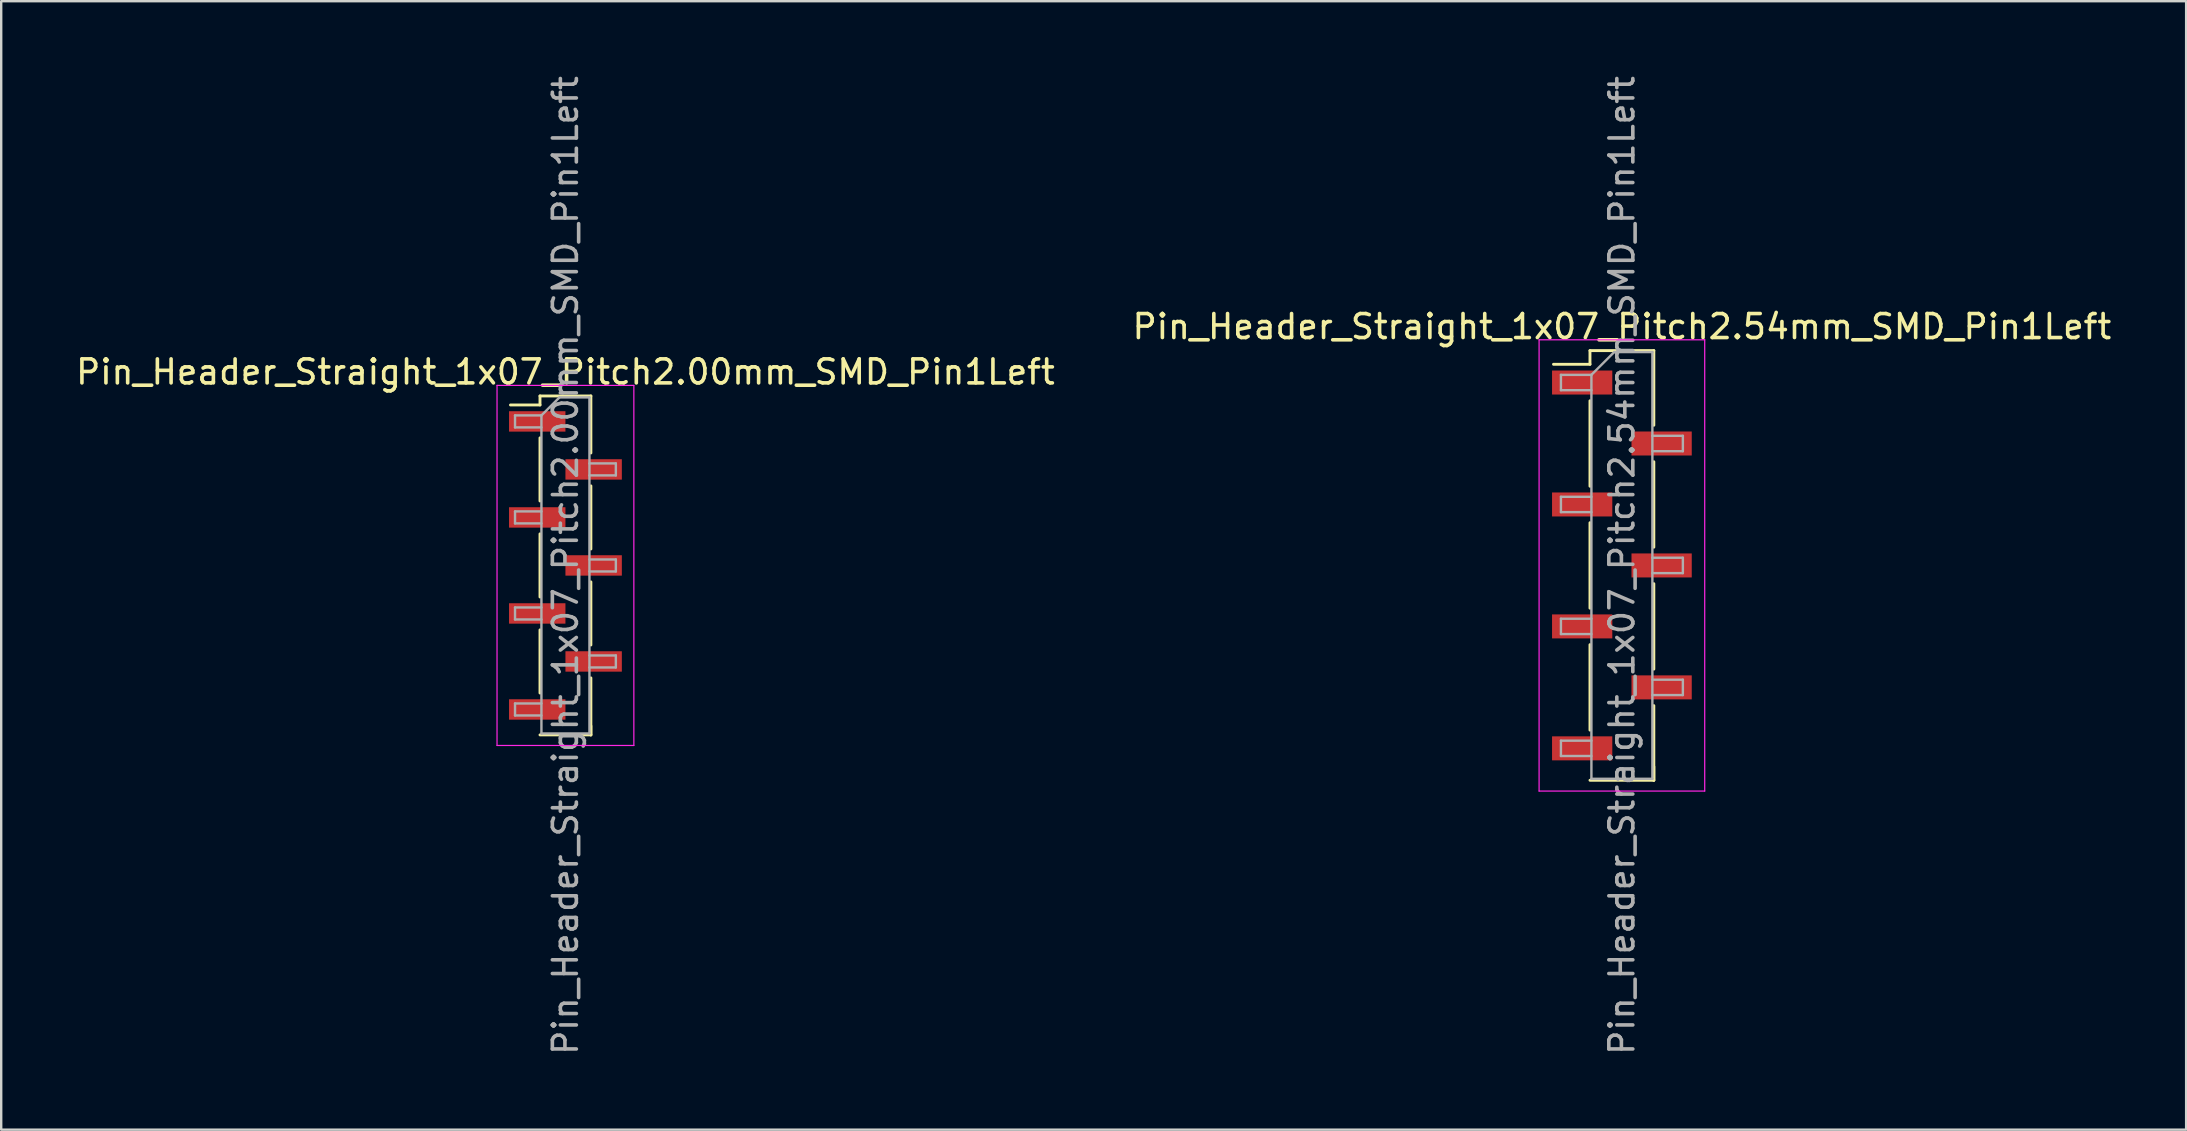
<source format=kicad_pcb>
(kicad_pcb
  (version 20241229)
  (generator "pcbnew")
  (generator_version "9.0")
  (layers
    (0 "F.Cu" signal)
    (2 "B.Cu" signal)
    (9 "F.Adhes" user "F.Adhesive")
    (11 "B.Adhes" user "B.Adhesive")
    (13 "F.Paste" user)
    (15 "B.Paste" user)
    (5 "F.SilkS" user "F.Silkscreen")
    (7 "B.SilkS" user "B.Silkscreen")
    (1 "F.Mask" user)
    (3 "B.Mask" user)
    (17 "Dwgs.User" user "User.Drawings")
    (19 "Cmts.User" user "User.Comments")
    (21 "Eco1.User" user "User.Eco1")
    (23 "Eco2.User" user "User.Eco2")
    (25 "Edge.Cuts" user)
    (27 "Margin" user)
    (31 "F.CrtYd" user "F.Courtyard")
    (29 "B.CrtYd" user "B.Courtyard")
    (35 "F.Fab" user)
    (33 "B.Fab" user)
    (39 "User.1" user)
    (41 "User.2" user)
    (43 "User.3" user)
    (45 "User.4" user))
  (footprint "Pin_Header_Straight_1x07_Pitch2.00mm_SMD_Pin1Left"
    (layer "F.Cu")
    (at 20.506 20.506)
    (property "Reference" "Pin_Header_Straight_1x07_Pitch2.00mm_SMD_Pin1Left" (at 0 -8.06 0) (layer "F.SilkS") (effects (font (size 1 1) (thickness 0.15))))
    (attr smd)
    (fp_line (start -1.06 -7.06) (end -1.06 -6.685) (stroke (width 0.12) (type solid)) (layer "F.SilkS"))
    (fp_line (start -1.06 -7.06) (end 1.06 -7.06) (stroke (width 0.12) (type solid)) (layer "F.SilkS"))
    (fp_line (start -1.06 -6.685) (end -2.29 -6.685) (stroke (width 0.12) (type solid)) (layer "F.SilkS"))
    (fp_line (start -1.06 -5.315) (end -1.06 -2.685) (stroke (width 0.12) (type solid)) (layer "F.SilkS"))
    (fp_line (start -1.06 -1.315) (end -1.06 1.315) (stroke (width 0.12) (type solid)) (layer "F.SilkS"))
    (fp_line (start -1.06 2.685) (end -1.06 5.315) (stroke (width 0.12) (type solid)) (layer "F.SilkS"))
    (fp_line (start -1.06 7.06) (end 1.06 7.06) (stroke (width 0.12) (type solid)) (layer "F.SilkS"))
    (fp_line (start 1.06 -7.06) (end 1.06 -4.685) (stroke (width 0.12) (type solid)) (layer "F.SilkS"))
    (fp_line (start 1.06 -3.315) (end 1.06 -0.685) (stroke (width 0.12) (type solid)) (layer "F.SilkS"))
    (fp_line (start 1.06 0.685) (end 1.06 3.315) (stroke (width 0.12) (type solid)) (layer "F.SilkS"))
    (fp_line (start 1.06 4.685) (end 1.06 7.06) (stroke (width 0.12) (type solid)) (layer "F.SilkS"))
    (fp_line (start 1.06 6.685) (end 1.06 7.06) (stroke (width 0.12) (type solid)) (layer "F.SilkS"))
    (fp_line (start -2.85 -7.5) (end -2.85 7.5) (stroke (width 0.05) (type solid)) (layer "F.CrtYd"))
    (fp_line (start -2.85 7.5) (end 2.85 7.5) (stroke (width 0.05) (type solid)) (layer "F.CrtYd"))
    (fp_line (start 2.85 -7.5) (end -2.85 -7.5) (stroke (width 0.05) (type solid)) (layer "F.CrtYd"))
    (fp_line (start 2.85 7.5) (end 2.85 -7.5) (stroke (width 0.05) (type solid)) (layer "F.CrtYd"))
    (fp_line (start -2.1 -6.25) (end -2.1 -5.75) (stroke (width 0.1) (type solid)) (layer "F.Fab"))
    (fp_line (start -2.1 -5.75) (end -1 -5.75) (stroke (width 0.1) (type solid)) (layer "F.Fab"))
    (fp_line (start -2.1 -2.25) (end -2.1 -1.75) (stroke (width 0.1) (type solid)) (layer "F.Fab"))
    (fp_line (start -2.1 -1.75) (end -1 -1.75) (stroke (width 0.1) (type solid)) (layer "F.Fab"))
    (fp_line (start -2.1 1.75) (end -2.1 2.25) (stroke (width 0.1) (type solid)) (layer "F.Fab"))
    (fp_line (start -2.1 2.25) (end -1 2.25) (stroke (width 0.1) (type solid)) (layer "F.Fab"))
    (fp_line (start -2.1 5.75) (end -2.1 6.25) (stroke (width 0.1) (type solid)) (layer "F.Fab"))
    (fp_line (start -2.1 6.25) (end -1 6.25) (stroke (width 0.1) (type solid)) (layer "F.Fab"))
    (fp_line (start -1 -6.25) (end -2.1 -6.25) (stroke (width 0.1) (type solid)) (layer "F.Fab"))
    (fp_line (start -1 -6.25) (end -0.25 -7) (stroke (width 0.1) (type solid)) (layer "F.Fab"))
    (fp_line (start -1 -2.25) (end -2.1 -2.25) (stroke (width 0.1) (type solid)) (layer "F.Fab"))
    (fp_line (start -1 1.75) (end -2.1 1.75) (stroke (width 0.1) (type solid)) (layer "F.Fab"))
    (fp_line (start -1 5.75) (end -2.1 5.75) (stroke (width 0.1) (type solid)) (layer "F.Fab"))
    (fp_line (start -1 7) (end -1 -6.25) (stroke (width 0.1) (type solid)) (layer "F.Fab"))
    (fp_line (start -0.25 -7) (end 1 -7) (stroke (width 0.1) (type solid)) (layer "F.Fab"))
    (fp_line (start 1 -7) (end 1 7) (stroke (width 0.1) (type solid)) (layer "F.Fab"))
    (fp_line (start 1 -4.25) (end 2.1 -4.25) (stroke (width 0.1) (type solid)) (layer "F.Fab"))
    (fp_line (start 1 -0.25) (end 2.1 -0.25) (stroke (width 0.1) (type solid)) (layer "F.Fab"))
    (fp_line (start 1 3.75) (end 2.1 3.75) (stroke (width 0.1) (type solid)) (layer "F.Fab"))
    (fp_line (start 1 7) (end -1 7) (stroke (width 0.1) (type solid)) (layer "F.Fab"))
    (fp_line (start 2.1 -4.25) (end 2.1 -3.75) (stroke (width 0.1) (type solid)) (layer "F.Fab"))
    (fp_line (start 2.1 -3.75) (end 1 -3.75) (stroke (width 0.1) (type solid)) (layer "F.Fab"))
    (fp_line (start 2.1 -0.25) (end 2.1 0.25) (stroke (width 0.1) (type solid)) (layer "F.Fab"))
    (fp_line (start 2.1 0.25) (end 1 0.25) (stroke (width 0.1) (type solid)) (layer "F.Fab"))
    (fp_line (start 2.1 3.75) (end 2.1 4.25) (stroke (width 0.1) (type solid)) (layer "F.Fab"))
    (fp_line (start 2.1 4.25) (end 1 4.25) (stroke (width 0.1) (type solid)) (layer "F.Fab"))
    (fp_text user "${REFERENCE}" (at 0 0 90) (layer "F.Fab") (effects (font (size 1 1) (thickness 0.15))))
    (pad "1" smd rect (at -1.175 -6) (size 2.35 0.85) (layers "F.Cu" "F.Mask" "F.Paste"))
    (pad "2" smd rect (at 1.175 -4) (size 2.35 0.85) (layers "F.Cu" "F.Mask" "F.Paste"))
    (pad "3" smd rect (at -1.175 -2) (size 2.35 0.85) (layers "F.Cu" "F.Mask" "F.Paste"))
    (pad "4" smd rect (at 1.175 0) (size 2.35 0.85) (layers "F.Cu" "F.Mask" "F.Paste"))
    (pad "5" smd rect (at -1.175 2) (size 2.35 0.85) (layers "F.Cu" "F.Mask" "F.Paste"))
    (pad "6" smd rect (at 1.175 4) (size 2.35 0.85) (layers "F.Cu" "F.Mask" "F.Paste"))
    (pad "7" smd rect (at -1.175 6) (size 2.35 0.85) (layers "F.Cu" "F.Mask" "F.Paste")))
  (footprint "Pin_Header_Straight_1x07_Pitch2.54mm_SMD_Pin1Left"
    (layer "F.Cu")
    (at 64.518 20.506)
    (property "Reference" "Pin_Header_Straight_1x07_Pitch2.54mm_SMD_Pin1Left" (at 0 -9.95 0) (layer "F.SilkS") (effects (font (size 1 1) (thickness 0.15))))
    (attr smd)
    (fp_line (start -1.33 -8.95) (end -1.33 -8.38) (stroke (width 0.12) (type solid)) (layer "F.SilkS"))
    (fp_line (start -1.33 -8.95) (end 1.33 -8.95) (stroke (width 0.12) (type solid)) (layer "F.SilkS"))
    (fp_line (start -1.33 -8.38) (end -2.85 -8.38) (stroke (width 0.12) (type solid)) (layer "F.SilkS"))
    (fp_line (start -1.33 -6.86) (end -1.33 -3.3) (stroke (width 0.12) (type solid)) (layer "F.SilkS"))
    (fp_line (start -1.33 -1.78) (end -1.33 1.78) (stroke (width 0.12) (type solid)) (layer "F.SilkS"))
    (fp_line (start -1.33 3.3) (end -1.33 6.86) (stroke (width 0.12) (type solid)) (layer "F.SilkS"))
    (fp_line (start -1.33 8.95) (end 1.33 8.95) (stroke (width 0.12) (type solid)) (layer "F.SilkS"))
    (fp_line (start 1.33 -8.95) (end 1.33 -5.84) (stroke (width 0.12) (type solid)) (layer "F.SilkS"))
    (fp_line (start 1.33 -4.32) (end 1.33 -0.76) (stroke (width 0.12) (type solid)) (layer "F.SilkS"))
    (fp_line (start 1.33 0.76) (end 1.33 4.32) (stroke (width 0.12) (type solid)) (layer "F.SilkS"))
    (fp_line (start 1.33 5.84) (end 1.33 8.95) (stroke (width 0.12) (type solid)) (layer "F.SilkS"))
    (fp_line (start 1.33 8.38) (end 1.33 8.95) (stroke (width 0.12) (type solid)) (layer "F.SilkS"))
    (fp_line (start -3.45 -9.4) (end -3.45 9.4) (stroke (width 0.05) (type solid)) (layer "F.CrtYd"))
    (fp_line (start -3.45 9.4) (end 3.45 9.4) (stroke (width 0.05) (type solid)) (layer "F.CrtYd"))
    (fp_line (start 3.45 -9.4) (end -3.45 -9.4) (stroke (width 0.05) (type solid)) (layer "F.CrtYd"))
    (fp_line (start 3.45 9.4) (end 3.45 -9.4) (stroke (width 0.05) (type solid)) (layer "F.CrtYd"))
    (fp_line (start -2.54 -7.94) (end -2.54 -7.3) (stroke (width 0.1) (type solid)) (layer "F.Fab"))
    (fp_line (start -2.54 -7.3) (end -1.27 -7.3) (stroke (width 0.1) (type solid)) (layer "F.Fab"))
    (fp_line (start -2.54 -2.86) (end -2.54 -2.22) (stroke (width 0.1) (type solid)) (layer "F.Fab"))
    (fp_line (start -2.54 -2.22) (end -1.27 -2.22) (stroke (width 0.1) (type solid)) (layer "F.Fab"))
    (fp_line (start -2.54 2.22) (end -2.54 2.86) (stroke (width 0.1) (type solid)) (layer "F.Fab"))
    (fp_line (start -2.54 2.86) (end -1.27 2.86) (stroke (width 0.1) (type solid)) (layer "F.Fab"))
    (fp_line (start -2.54 7.3) (end -2.54 7.94) (stroke (width 0.1) (type solid)) (layer "F.Fab"))
    (fp_line (start -2.54 7.94) (end -1.27 7.94) (stroke (width 0.1) (type solid)) (layer "F.Fab"))
    (fp_line (start -1.27 -7.94) (end -2.54 -7.94) (stroke (width 0.1) (type solid)) (layer "F.Fab"))
    (fp_line (start -1.27 -7.94) (end -0.32 -8.89) (stroke (width 0.1) (type solid)) (layer "F.Fab"))
    (fp_line (start -1.27 -2.86) (end -2.54 -2.86) (stroke (width 0.1) (type solid)) (layer "F.Fab"))
    (fp_line (start -1.27 2.22) (end -2.54 2.22) (stroke (width 0.1) (type solid)) (layer "F.Fab"))
    (fp_line (start -1.27 7.3) (end -2.54 7.3) (stroke (width 0.1) (type solid)) (layer "F.Fab"))
    (fp_line (start -1.27 8.89) (end -1.27 -7.94) (stroke (width 0.1) (type solid)) (layer "F.Fab"))
    (fp_line (start -0.32 -8.89) (end 1.27 -8.89) (stroke (width 0.1) (type solid)) (layer "F.Fab"))
    (fp_line (start 1.27 -8.89) (end 1.27 8.89) (stroke (width 0.1) (type solid)) (layer "F.Fab"))
    (fp_line (start 1.27 -5.4) (end 2.54 -5.4) (stroke (width 0.1) (type solid)) (layer "F.Fab"))
    (fp_line (start 1.27 -0.32) (end 2.54 -0.32) (stroke (width 0.1) (type solid)) (layer "F.Fab"))
    (fp_line (start 1.27 4.76) (end 2.54 4.76) (stroke (width 0.1) (type solid)) (layer "F.Fab"))
    (fp_line (start 1.27 8.89) (end -1.27 8.89) (stroke (width 0.1) (type solid)) (layer "F.Fab"))
    (fp_line (start 2.54 -5.4) (end 2.54 -4.76) (stroke (width 0.1) (type solid)) (layer "F.Fab"))
    (fp_line (start 2.54 -4.76) (end 1.27 -4.76) (stroke (width 0.1) (type solid)) (layer "F.Fab"))
    (fp_line (start 2.54 -0.32) (end 2.54 0.32) (stroke (width 0.1) (type solid)) (layer "F.Fab"))
    (fp_line (start 2.54 0.32) (end 1.27 0.32) (stroke (width 0.1) (type solid)) (layer "F.Fab"))
    (fp_line (start 2.54 4.76) (end 2.54 5.4) (stroke (width 0.1) (type solid)) (layer "F.Fab"))
    (fp_line (start 2.54 5.4) (end 1.27 5.4) (stroke (width 0.1) (type solid)) (layer "F.Fab"))
    (fp_text user "${REFERENCE}" (at 0 0 90) (layer "F.Fab") (effects (font (size 1 1) (thickness 0.15))))
    (pad "1" smd rect (at -1.655 -7.62) (size 2.51 1) (layers "F.Cu" "F.Mask" "F.Paste"))
    (pad "2" smd rect (at 1.655 -5.08) (size 2.51 1) (layers "F.Cu" "F.Mask" "F.Paste"))
    (pad "3" smd rect (at -1.655 -2.54) (size 2.51 1) (layers "F.Cu" "F.Mask" "F.Paste"))
    (pad "4" smd rect (at 1.655 0) (size 2.51 1) (layers "F.Cu" "F.Mask" "F.Paste"))
    (pad "5" smd rect (at -1.655 2.54) (size 2.51 1) (layers "F.Cu" "F.Mask" "F.Paste"))
    (pad "6" smd rect (at 1.655 5.08) (size 2.51 1) (layers "F.Cu" "F.Mask" "F.Paste"))
    (pad "7" smd rect (at -1.655 7.62) (size 2.51 1) (layers "F.Cu" "F.Mask" "F.Paste")))
  (gr_rect
    (start -3 -3)
    (end 88.024 44.012)
    (stroke (width 0.1) (type default))
    (fill no)
    (layer "Edge.Cuts")))
</source>
